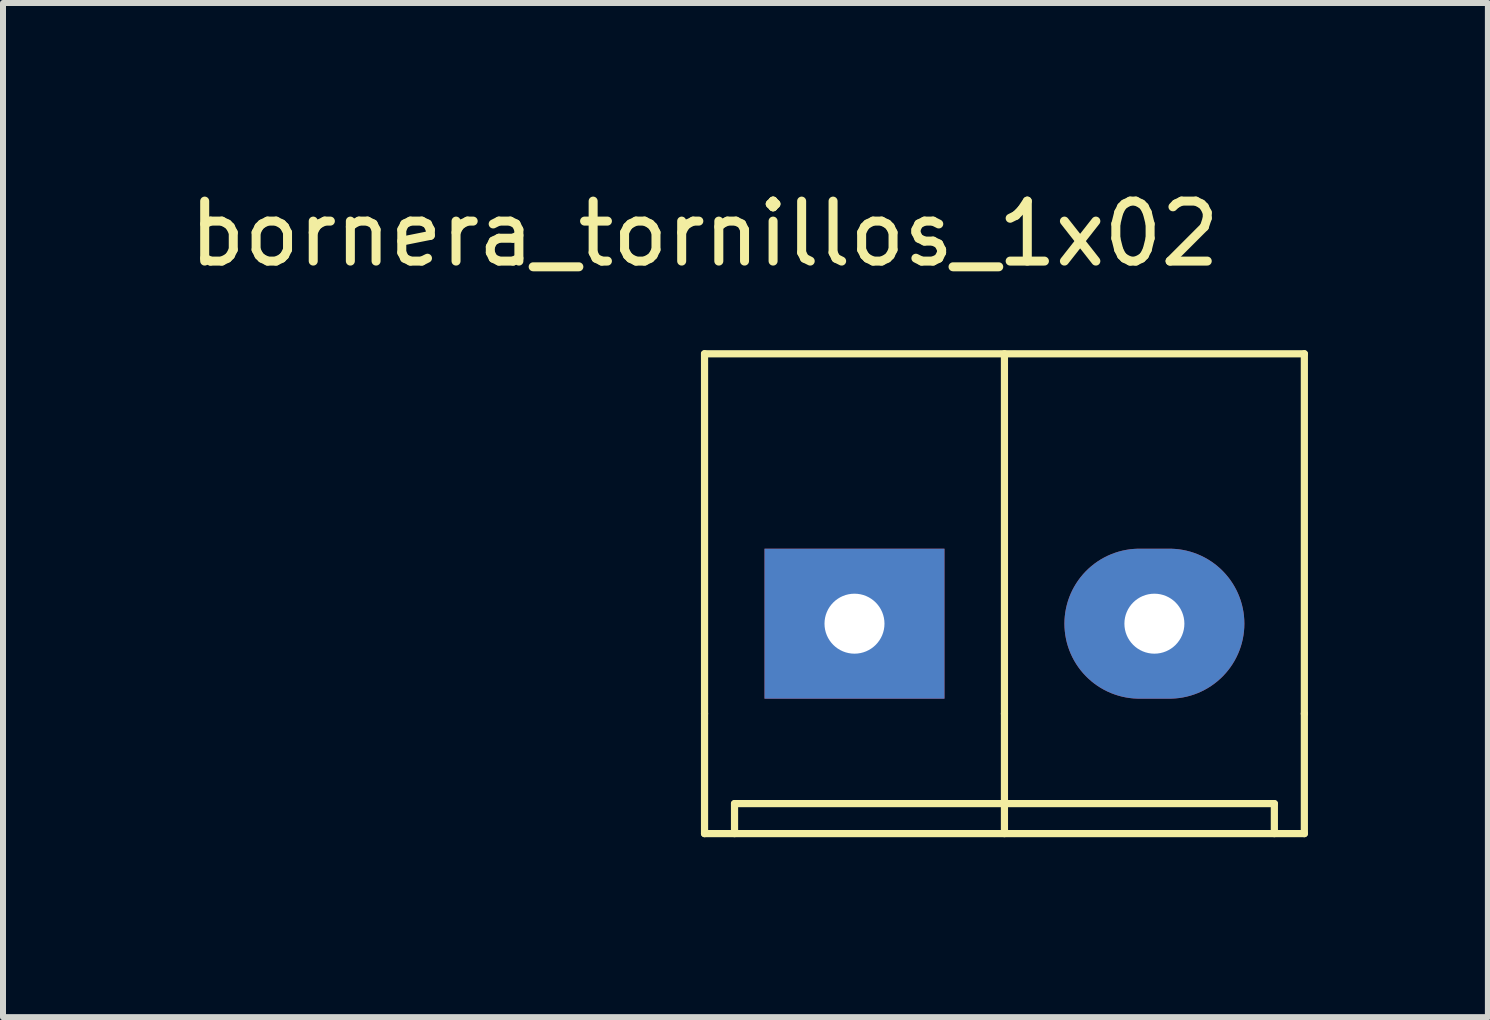
<source format=kicad_pcb>
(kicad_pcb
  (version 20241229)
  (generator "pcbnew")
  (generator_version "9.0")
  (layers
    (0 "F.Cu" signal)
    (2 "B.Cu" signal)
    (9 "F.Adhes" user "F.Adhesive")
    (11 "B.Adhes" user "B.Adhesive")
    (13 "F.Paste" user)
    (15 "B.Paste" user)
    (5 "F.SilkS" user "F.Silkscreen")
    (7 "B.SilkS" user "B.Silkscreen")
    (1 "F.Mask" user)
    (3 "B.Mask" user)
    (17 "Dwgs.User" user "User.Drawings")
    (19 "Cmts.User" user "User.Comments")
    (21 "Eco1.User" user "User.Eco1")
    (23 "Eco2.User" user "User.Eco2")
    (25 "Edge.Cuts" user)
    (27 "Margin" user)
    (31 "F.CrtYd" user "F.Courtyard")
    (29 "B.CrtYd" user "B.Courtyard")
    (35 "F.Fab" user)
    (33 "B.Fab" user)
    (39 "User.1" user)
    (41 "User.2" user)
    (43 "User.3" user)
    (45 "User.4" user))
  (footprint "bornera_tornillos_1x02"
    (layer "F.Cu")
    (at 8.696 2.848)
    (property "Reference" "bornera_tornillos_1x02" (at 0 -2 0) (layer "F.SilkS") (effects (font (size 1 1) (thickness 0.15))))
    (attr through_hole)
    (fp_line (start 0 0) (end 10 0) (stroke (width 0.12) (type solid)) (layer "F.SilkS"))
    (fp_line (start 0 6) (end 0 0) (stroke (width 0.12) (type solid)) (layer "F.SilkS"))
    (fp_line (start 0 6) (end 0 8) (stroke (width 0.12) (type solid)) (layer "F.SilkS"))
    (fp_line (start 0.5 7.5) (end 9.5 7.5) (stroke (width 0.12) (type solid)) (layer "F.SilkS"))
    (fp_line (start 0.5 8) (end 0.5 7.5) (stroke (width 0.12) (type solid)) (layer "F.SilkS"))
    (fp_line (start 5 0) (end 5 6) (stroke (width 0.12) (type solid)) (layer "F.SilkS"))
    (fp_line (start 5 6) (end 5 8) (stroke (width 0.12) (type solid)) (layer "F.SilkS"))
    (fp_line (start 9.5 7.5) (end 9.5 8) (stroke (width 0.12) (type solid)) (layer "F.SilkS"))
    (fp_line (start 10 0) (end 10 6) (stroke (width 0.12) (type solid)) (layer "F.SilkS"))
    (fp_line (start 10 6) (end 10 8) (stroke (width 0.12) (type solid)) (layer "F.SilkS"))
    (fp_line (start 10 8) (end 0 8) (stroke (width 0.12) (type solid)) (layer "F.SilkS"))
    (pad "1" thru_hole rect (at 2.5 4.5) (size 3 2.5) (drill 1) (layers "*.Cu" "*.Mask"))
    (pad "2" thru_hole oval (at 7.5 4.5) (size 3 2.5) (drill 1) (layers "*.Cu" "*.Mask")))
  (gr_rect
    (start -3 -3)
    (end 21.756 13.908)
    (stroke (width 0.1) (type default))
    (fill no)
    (layer "Edge.Cuts")))
</source>
